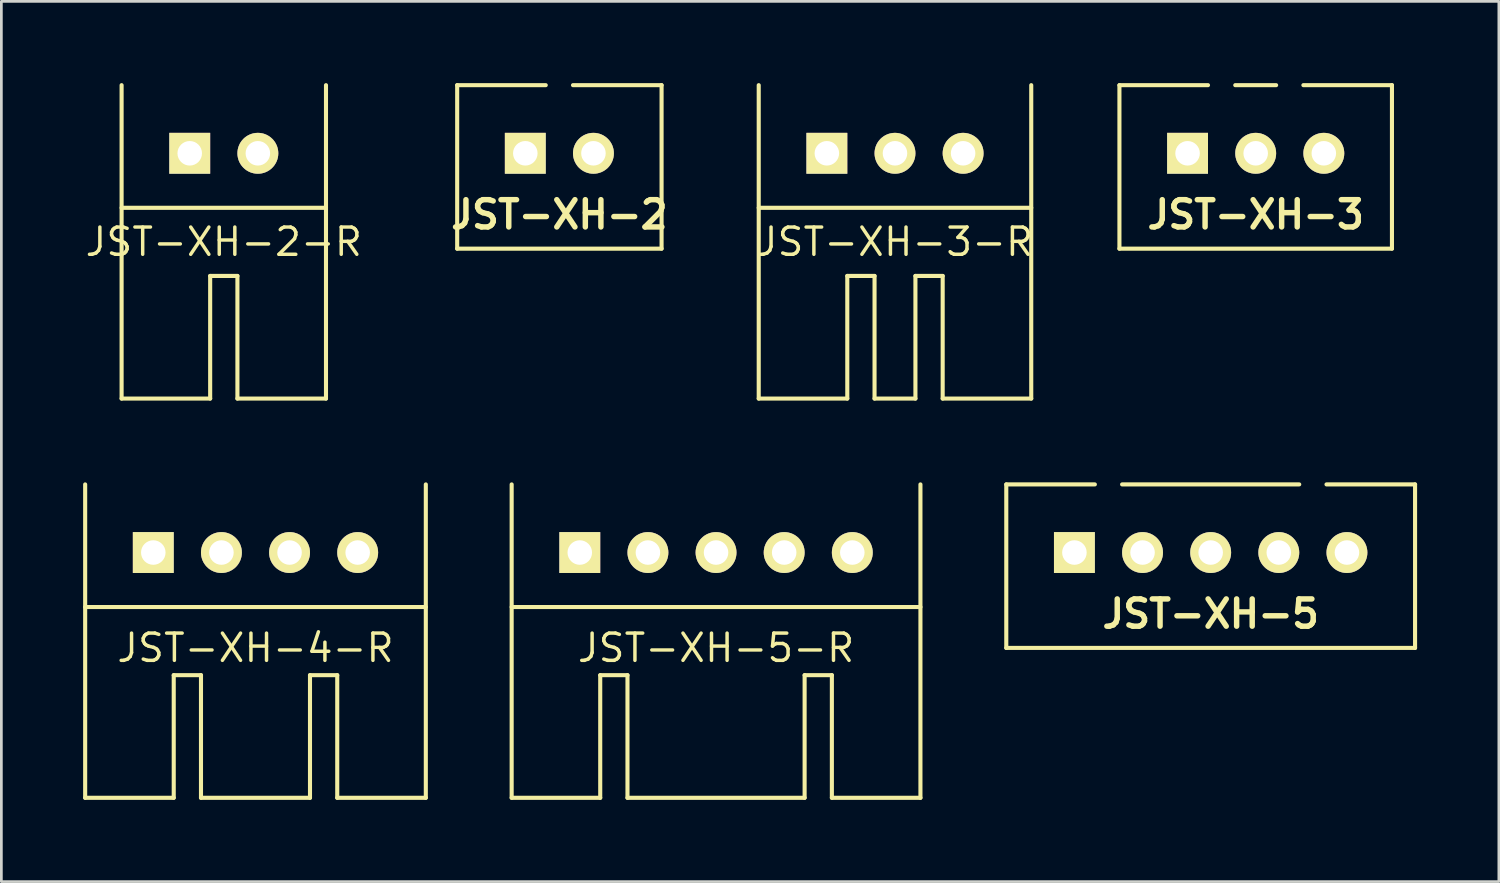
<source format=kicad_pcb>
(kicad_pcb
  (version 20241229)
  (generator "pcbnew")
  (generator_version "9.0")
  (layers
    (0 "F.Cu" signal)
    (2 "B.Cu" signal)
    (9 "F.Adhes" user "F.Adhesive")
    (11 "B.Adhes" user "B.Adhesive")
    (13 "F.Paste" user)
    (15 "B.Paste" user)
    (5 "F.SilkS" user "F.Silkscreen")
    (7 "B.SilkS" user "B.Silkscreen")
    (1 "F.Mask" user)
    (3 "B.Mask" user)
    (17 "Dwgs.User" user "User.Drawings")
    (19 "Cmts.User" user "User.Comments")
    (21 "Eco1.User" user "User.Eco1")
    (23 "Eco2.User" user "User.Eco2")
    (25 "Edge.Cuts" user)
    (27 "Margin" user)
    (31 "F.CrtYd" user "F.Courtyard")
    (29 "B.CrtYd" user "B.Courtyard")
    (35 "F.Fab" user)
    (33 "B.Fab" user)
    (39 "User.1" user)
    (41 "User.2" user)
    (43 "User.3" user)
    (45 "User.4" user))
  (footprint "JST-XH-5-R"
    (layer "F.Cu")
    (at 23.225 17.225)
    (property "Reference" "JST-XH-5-R" (at 0 3.5 0) (layer "F.SilkS") (effects (font (size 1 1) (thickness 0.127))))
    (attr through_hole)
    (fp_line (start -7.5 2) (end 7.5 2) (stroke (width 0.15) (type solid)) (layer "F.SilkS"))
    (fp_line (start -7.5 9) (end -7.5 -2.5) (stroke (width 0.15) (type solid)) (layer "F.SilkS"))
    (fp_line (start -4.25 4.5) (end -4.25 9) (stroke (width 0.15) (type solid)) (layer "F.SilkS"))
    (fp_line (start -4.25 9) (end -7.5 9) (stroke (width 0.15) (type solid)) (layer "F.SilkS"))
    (fp_line (start -3.25 4.5) (end -4.25 4.5) (stroke (width 0.15) (type solid)) (layer "F.SilkS"))
    (fp_line (start -3.25 9) (end -3.25 4.5) (stroke (width 0.15) (type solid)) (layer "F.SilkS"))
    (fp_line (start -3.25 9) (end 3.25 9) (stroke (width 0.15) (type solid)) (layer "F.SilkS"))
    (fp_line (start 3.25 4.5) (end 3.25 9) (stroke (width 0.15) (type solid)) (layer "F.SilkS"))
    (fp_line (start 4.25 4.5) (end 3.25 4.5) (stroke (width 0.15) (type solid)) (layer "F.SilkS"))
    (fp_line (start 4.25 9) (end 4.25 4.5) (stroke (width 0.15) (type solid)) (layer "F.SilkS"))
    (fp_line (start 4.25 9) (end 7.5 9) (stroke (width 0.15) (type solid)) (layer "F.SilkS"))
    (fp_line (start 7.5 9) (end 7.5 -2.5) (stroke (width 0.15) (type solid)) (layer "F.SilkS"))
    (pad "1" thru_hole rect (at -5 0) (size 1.5 1.5) (drill 0.9) (layers "*.Cu" "*.Mask" "F.SilkS"))
    (pad "2" thru_hole circle (at -2.5 0) (size 1.5 1.5) (drill 0.9) (layers "*.Cu" "*.Mask" "F.SilkS"))
    (pad "3" thru_hole circle (at 0 0) (size 1.5 1.5) (drill 0.9) (layers "*.Cu" "*.Mask" "F.SilkS"))
    (pad "4" thru_hole circle (at 2.5 0) (size 1.5 1.5) (drill 0.9) (layers "*.Cu" "*.Mask" "F.SilkS"))
    (pad "5" thru_hole circle (at 5 0) (size 1.5 1.5) (drill 0.9) (layers "*.Cu" "*.Mask" "F.SilkS")))
  (footprint "JST-XH-2"
    (layer "F.Cu")
    (at 17.476 2.575)
    (property "Reference" "JST-XH-2" (at 0 2.25 0) (layer "F.SilkS") (effects (font (size 1 1) (thickness 0.2))))
    (attr through_hole)
    (fp_line (start -3.75 -2.5) (end -0.5 -2.5) (stroke (width 0.15) (type solid)) (layer "F.SilkS"))
    (fp_line (start -3.75 3.5) (end -3.75 -2.5) (stroke (width 0.15) (type solid)) (layer "F.SilkS"))
    (fp_line (start 3.75 -2.5) (end 0.5 -2.5) (stroke (width 0.15) (type solid)) (layer "F.SilkS"))
    (fp_line (start 3.75 -2.5) (end 3.75 3.5) (stroke (width 0.15) (type solid)) (layer "F.SilkS"))
    (fp_line (start 3.75 3.5) (end -3.75 3.5) (stroke (width 0.15) (type solid)) (layer "F.SilkS"))
    (pad "1" thru_hole rect (at -1.25 0) (size 1.5 1.5) (drill 0.9) (layers "*.Cu" "*.Mask" "F.SilkS"))
    (pad "2" thru_hole circle (at 1.25 0) (size 1.5 1.5) (drill 0.9) (layers "*.Cu" "*.Mask" "F.SilkS")))
  (footprint "JST-XH-5"
    (layer "F.Cu")
    (at 41.375 17.225)
    (property "Reference" "JST-XH-5" (at 0 2.25 0) (layer "F.SilkS") (effects (font (size 1 1) (thickness 0.2))))
    (attr through_hole)
    (fp_line (start -7.5 -2.5) (end -4.25 -2.5) (stroke (width 0.15) (type solid)) (layer "F.SilkS"))
    (fp_line (start -7.5 3.5) (end -7.5 -2.5) (stroke (width 0.15) (type solid)) (layer "F.SilkS"))
    (fp_line (start 3.25 -2.5) (end -3.25 -2.5) (stroke (width 0.15) (type solid)) (layer "F.SilkS"))
    (fp_line (start 7.5 -2.5) (end 4.25 -2.5) (stroke (width 0.15) (type solid)) (layer "F.SilkS"))
    (fp_line (start 7.5 -2.5) (end 7.5 3.5) (stroke (width 0.15) (type solid)) (layer "F.SilkS"))
    (fp_line (start 7.5 3.5) (end -7.5 3.5) (stroke (width 0.15) (type solid)) (layer "F.SilkS"))
    (pad "1" thru_hole rect (at -5 0) (size 1.5 1.5) (drill 0.9) (layers "*.Cu" "*.Mask" "F.SilkS"))
    (pad "2" thru_hole circle (at -2.5 0) (size 1.5 1.5) (drill 0.9) (layers "*.Cu" "*.Mask" "F.SilkS"))
    (pad "3" thru_hole circle (at 0 0) (size 1.5 1.5) (drill 0.9) (layers "*.Cu" "*.Mask" "F.SilkS"))
    (pad "4" thru_hole circle (at 2.5 0) (size 1.5 1.5) (drill 0.9) (layers "*.Cu" "*.Mask" "F.SilkS"))
    (pad "5" thru_hole circle (at 5 0) (size 1.5 1.5) (drill 0.9) (layers "*.Cu" "*.Mask" "F.SilkS")))
  (footprint "JST-XH-2-R"
    (layer "F.Cu")
    (at 5.162 2.575)
    (property "Reference" "JST-XH-2-R" (at 0 3.25 0) (layer "F.SilkS") (effects (font (size 1 1) (thickness 0.127))))
    (attr through_hole)
    (fp_line (start -3.75 2) (end 3.75 2) (stroke (width 0.15) (type solid)) (layer "F.SilkS"))
    (fp_line (start -3.75 9) (end -3.75 -2.5) (stroke (width 0.15) (type solid)) (layer "F.SilkS"))
    (fp_line (start -3.75 9) (end -0.5 9) (stroke (width 0.15) (type solid)) (layer "F.SilkS"))
    (fp_line (start -0.5 4.5) (end -0.5 9) (stroke (width 0.15) (type solid)) (layer "F.SilkS"))
    (fp_line (start 0.5 4.5) (end -0.5 4.5) (stroke (width 0.15) (type solid)) (layer "F.SilkS"))
    (fp_line (start 0.5 9) (end 0.5 4.5) (stroke (width 0.15) (type solid)) (layer "F.SilkS"))
    (fp_line (start 0.5 9) (end 3.75 9) (stroke (width 0.15) (type solid)) (layer "F.SilkS"))
    (fp_line (start 3.75 9) (end 3.75 -2.5) (stroke (width 0.15) (type solid)) (layer "F.SilkS"))
    (pad "1" thru_hole rect (at -1.25 0) (size 1.5 1.5) (drill 0.9) (layers "*.Cu" "*.Mask" "F.SilkS"))
    (pad "2" thru_hole circle (at 1.25 0) (size 1.5 1.5) (drill 0.9) (layers "*.Cu" "*.Mask" "F.SilkS")))
  (footprint "JST-XH-4-R"
    (layer "F.Cu")
    (at 6.325 17.225)
    (property "Reference" "JST-XH-4-R" (at 0 3.5 0) (layer "F.SilkS") (effects (font (size 1 1) (thickness 0.127))))
    (attr through_hole)
    (fp_line (start -6.25 2) (end 6.25 2) (stroke (width 0.15) (type solid)) (layer "F.SilkS"))
    (fp_line (start -6.25 9) (end -6.25 -2.5) (stroke (width 0.15) (type solid)) (layer "F.SilkS"))
    (fp_line (start -3 4.5) (end -3 9) (stroke (width 0.15) (type solid)) (layer "F.SilkS"))
    (fp_line (start -3 9) (end -6.25 9) (stroke (width 0.15) (type solid)) (layer "F.SilkS"))
    (fp_line (start -2 4.5) (end -3 4.5) (stroke (width 0.15) (type solid)) (layer "F.SilkS"))
    (fp_line (start -2 9) (end -2 4.5) (stroke (width 0.15) (type solid)) (layer "F.SilkS"))
    (fp_line (start -2 9) (end 2 9) (stroke (width 0.15) (type solid)) (layer "F.SilkS"))
    (fp_line (start 2 4.5) (end 2 9) (stroke (width 0.15) (type solid)) (layer "F.SilkS"))
    (fp_line (start 3 4.5) (end 2 4.5) (stroke (width 0.15) (type solid)) (layer "F.SilkS"))
    (fp_line (start 3 9) (end 3 4.5) (stroke (width 0.15) (type solid)) (layer "F.SilkS"))
    (fp_line (start 3 9) (end 6.25 9) (stroke (width 0.15) (type solid)) (layer "F.SilkS"))
    (fp_line (start 6.25 9) (end 6.25 -2.5) (stroke (width 0.15) (type solid)) (layer "F.SilkS"))
    (pad "1" thru_hole rect (at -3.75 0) (size 1.5 1.5) (drill 0.9) (layers "*.Cu" "*.Mask" "F.SilkS"))
    (pad "2" thru_hole circle (at -1.25 0) (size 1.5 1.5) (drill 0.9) (layers "*.Cu" "*.Mask" "F.SilkS"))
    (pad "3" thru_hole circle (at 1.25 0) (size 1.5 1.5) (drill 0.9) (layers "*.Cu" "*.Mask" "F.SilkS"))
    (pad "4" thru_hole circle (at 3.75 0) (size 1.5 1.5) (drill 0.9) (layers "*.Cu" "*.Mask" "F.SilkS")))
  (footprint "JST-XH-3"
    (layer "F.Cu")
    (at 43.027 2.575)
    (property "Reference" "JST-XH-3" (at 0 2.25 0) (layer "F.SilkS") (effects (font (size 1 1) (thickness 0.2))))
    (attr through_hole)
    (fp_line (start -5 -2.5) (end -1.75 -2.5) (stroke (width 0.15) (type solid)) (layer "F.SilkS"))
    (fp_line (start -5 3.5) (end -5 -2.5) (stroke (width 0.15) (type solid)) (layer "F.SilkS"))
    (fp_line (start 0.75 -2.5) (end -0.75 -2.5) (stroke (width 0.15) (type solid)) (layer "F.SilkS"))
    (fp_line (start 5 -2.5) (end 1.75 -2.5) (stroke (width 0.15) (type solid)) (layer "F.SilkS"))
    (fp_line (start 5 -2.5) (end 5 3.5) (stroke (width 0.15) (type solid)) (layer "F.SilkS"))
    (fp_line (start 5 3.5) (end -5 3.5) (stroke (width 0.15) (type solid)) (layer "F.SilkS"))
    (pad "1" thru_hole rect (at -2.5 0) (size 1.5 1.5) (drill 0.9) (layers "*.Cu" "*.Mask" "F.SilkS"))
    (pad "2" thru_hole circle (at 0 0) (size 1.5 1.5) (drill 0.9) (layers "*.Cu" "*.Mask" "F.SilkS"))
    (pad "3" thru_hole circle (at 2.5 0) (size 1.5 1.5) (drill 0.9) (layers "*.Cu" "*.Mask" "F.SilkS")))
  (footprint "JST-XH-3-R"
    (layer "F.Cu")
    (at 29.791 2.575)
    (property "Reference" "JST-XH-3-R" (at 0 3.25 0) (layer "F.SilkS") (effects (font (size 1 1) (thickness 0.127))))
    (attr through_hole)
    (fp_line (start -5 2) (end 5 2) (stroke (width 0.15) (type solid)) (layer "F.SilkS"))
    (fp_line (start -5 9) (end -5 -2.5) (stroke (width 0.15) (type solid)) (layer "F.SilkS"))
    (fp_line (start -1.75 4.5) (end -1.75 9) (stroke (width 0.15) (type solid)) (layer "F.SilkS"))
    (fp_line (start -1.75 9) (end -5 9) (stroke (width 0.15) (type solid)) (layer "F.SilkS"))
    (fp_line (start -0.75 4.5) (end -1.75 4.5) (stroke (width 0.15) (type solid)) (layer "F.SilkS"))
    (fp_line (start -0.75 9) (end -0.75 4.5) (stroke (width 0.15) (type solid)) (layer "F.SilkS"))
    (fp_line (start -0.75 9) (end 0.75 9) (stroke (width 0.15) (type solid)) (layer "F.SilkS"))
    (fp_line (start 0.75 4.5) (end 0.75 9) (stroke (width 0.15) (type solid)) (layer "F.SilkS"))
    (fp_line (start 1.75 4.5) (end 0.75 4.5) (stroke (width 0.15) (type solid)) (layer "F.SilkS"))
    (fp_line (start 1.75 9) (end 1.75 4.5) (stroke (width 0.15) (type solid)) (layer "F.SilkS"))
    (fp_line (start 1.75 9) (end 5 9) (stroke (width 0.15) (type solid)) (layer "F.SilkS"))
    (fp_line (start 5 9) (end 5 -2.5) (stroke (width 0.15) (type solid)) (layer "F.SilkS"))
    (pad "1" thru_hole rect (at -2.5 0) (size 1.5 1.5) (drill 0.9) (layers "*.Cu" "*.Mask" "F.SilkS"))
    (pad "2" thru_hole circle (at 0 0) (size 1.5 1.5) (drill 0.9) (layers "*.Cu" "*.Mask" "F.SilkS"))
    (pad "3" thru_hole circle (at 2.5 0) (size 1.5 1.5) (drill 0.9) (layers "*.Cu" "*.Mask" "F.SilkS")))
  (gr_rect
    (start -3 -3)
    (end 51.95 29.3)
    (stroke (width 0.1) (type default))
    (fill no)
    (layer "Edge.Cuts")))
</source>
